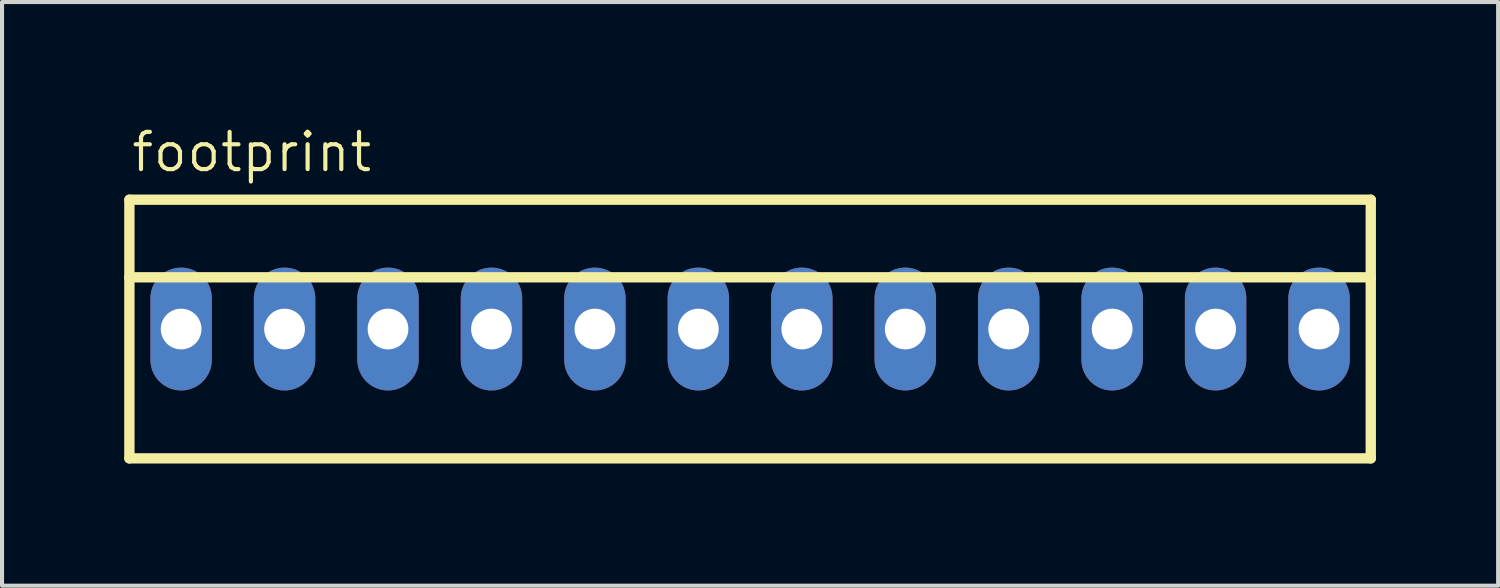
<source format=kicad_pcb>
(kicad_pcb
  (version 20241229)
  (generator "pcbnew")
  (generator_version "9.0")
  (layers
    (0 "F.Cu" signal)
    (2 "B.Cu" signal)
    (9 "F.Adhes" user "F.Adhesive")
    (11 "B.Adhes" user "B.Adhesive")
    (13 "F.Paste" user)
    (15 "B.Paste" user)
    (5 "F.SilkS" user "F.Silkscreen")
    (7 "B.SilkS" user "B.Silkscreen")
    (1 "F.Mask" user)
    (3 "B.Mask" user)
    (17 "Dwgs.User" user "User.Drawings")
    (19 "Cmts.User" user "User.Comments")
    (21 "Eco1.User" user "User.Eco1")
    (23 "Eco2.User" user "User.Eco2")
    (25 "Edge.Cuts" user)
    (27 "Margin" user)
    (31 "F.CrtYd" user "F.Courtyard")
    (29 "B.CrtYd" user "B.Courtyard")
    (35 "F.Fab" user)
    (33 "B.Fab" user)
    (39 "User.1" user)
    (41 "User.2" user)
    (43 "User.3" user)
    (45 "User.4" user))
  (footprint "footprint"
    (layer "F.Cu")
    (at 15.367 5.029)
    (property "Reference" "footprint" (at -15.24 -3.81 0) (layer "F.SilkS") (effects (font (size 0.914 0.914) (thickness 0.102)) (justify left bottom)))
    (fp_line (start -15.24 -3.175) (end 15.24 -3.175) (stroke (width 0.254) (type solid)) (layer "F.SilkS"))
    (fp_line (start -15.24 -1.27) (end -15.24 -3.175) (stroke (width 0.254) (type solid)) (layer "F.SilkS"))
    (fp_line (start -15.24 -1.27) (end 15.24 -1.27) (stroke (width 0.254) (type solid)) (layer "F.SilkS"))
    (fp_line (start -15.24 3.175) (end -15.24 -1.27) (stroke (width 0.254) (type solid)) (layer "F.SilkS"))
    (fp_line (start 15.24 -3.175) (end 15.24 -1.27) (stroke (width 0.254) (type solid)) (layer "F.SilkS"))
    (fp_line (start 15.24 -1.27) (end 15.24 3.175) (stroke (width 0.254) (type solid)) (layer "F.SilkS"))
    (fp_line (start 15.24 3.175) (end -15.24 3.175) (stroke (width 0.254) (type solid)) (layer "F.SilkS"))
    (pad "1" thru_hole oval (at -13.97 0 90) (size 3.016 1.508) (drill 1) (layers "*.Cu" "*.Mask"))
    (pad "2" thru_hole oval (at -11.43 0 90) (size 3.016 1.508) (drill 1) (layers "*.Cu" "*.Mask"))
    (pad "3" thru_hole oval (at -8.89 0 90) (size 3.016 1.508) (drill 1) (layers "*.Cu" "*.Mask"))
    (pad "4" thru_hole oval (at -6.35 0 90) (size 3.016 1.508) (drill 1) (layers "*.Cu" "*.Mask"))
    (pad "5" thru_hole oval (at -3.81 0 90) (size 3.016 1.508) (drill 1) (layers "*.Cu" "*.Mask"))
    (pad "6" thru_hole oval (at -1.27 0 90) (size 3.016 1.508) (drill 1) (layers "*.Cu" "*.Mask"))
    (pad "7" thru_hole oval (at 1.27 0 90) (size 3.016 1.508) (drill 1) (layers "*.Cu" "*.Mask"))
    (pad "8" thru_hole oval (at 3.81 0 90) (size 3.016 1.508) (drill 1) (layers "*.Cu" "*.Mask"))
    (pad "9" thru_hole oval (at 6.35 0 90) (size 3.016 1.508) (drill 1) (layers "*.Cu" "*.Mask"))
    (pad "10" thru_hole oval (at 8.89 0 90) (size 3.016 1.508) (drill 1) (layers "*.Cu" "*.Mask"))
    (pad "11" thru_hole oval (at 11.43 0 90) (size 3.016 1.508) (drill 1) (layers "*.Cu" "*.Mask"))
    (pad "12" thru_hole oval (at 13.97 0 90) (size 3.016 1.508) (drill 1) (layers "*.Cu" "*.Mask")))
  (gr_rect
    (start -3 -3)
    (end 33.734 11.331)
    (stroke (width 0.1) (type default))
    (fill no)
    (layer "Edge.Cuts")))
</source>
